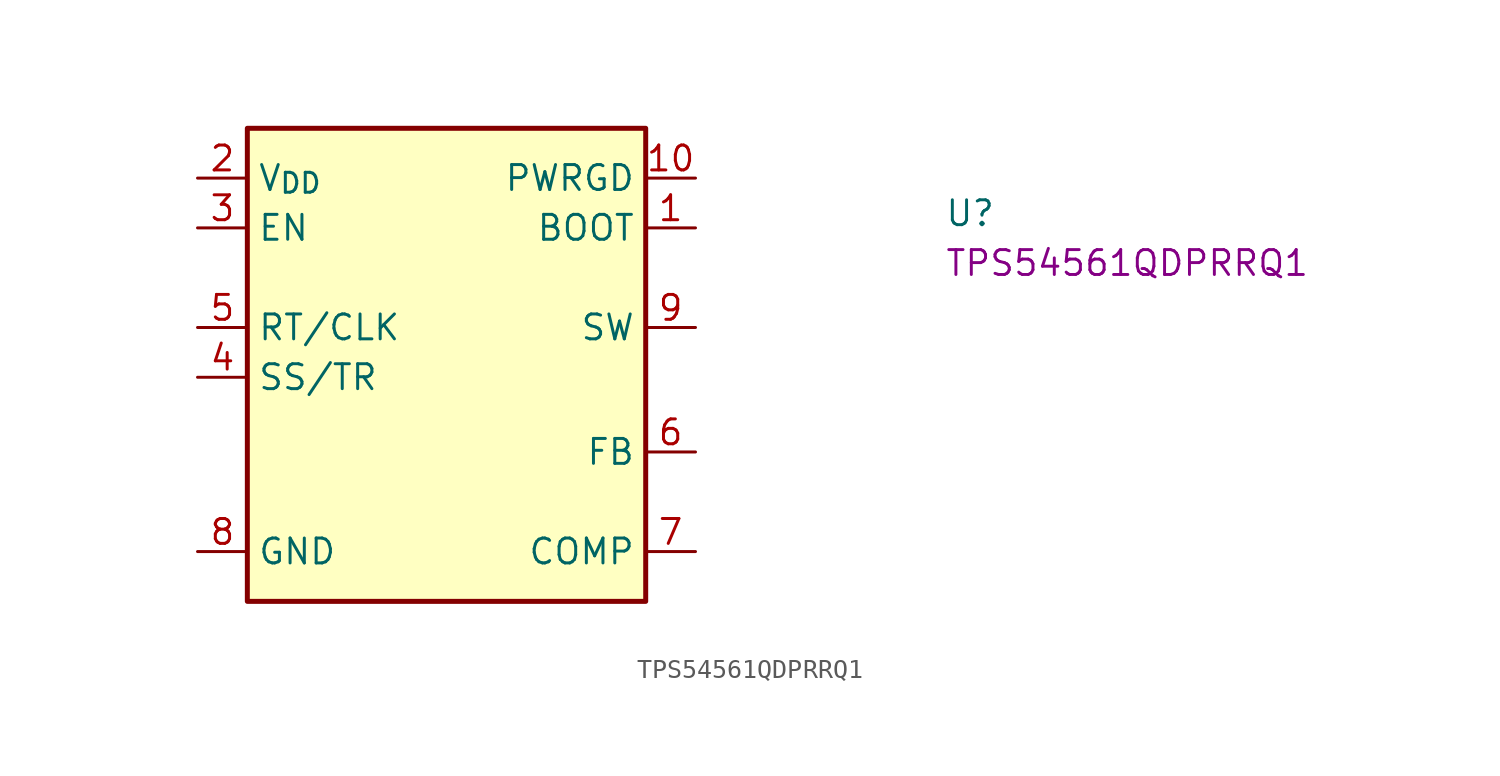
<source format=kicad_sym>
(kicad_symbol_lib
  (version 20220914)
  (generator kicad_symbol_editor)
  (symbol "TPS54561QDPRRQ1"
    (property "Reference" "U"
      (at 38.1 -2.54 0)
      (effects (font (size 1.27 1.27) (thickness 0.15)) (justify left bottom)))
    (property "MPN" "TPS54561QDPRRQ1"
      (at 38.1 -5.08 0)
      (effects (font (size 1.27 1.27) (thickness 0.15)) (justify left bottom)))
    (symbol "TPS54561QDPRRQ1_1_1"
      (rectangle (start 2.54 2.54) (end 22.86 -21.59) (stroke (width 0.254) (type default)) (fill (type background)))
      (pin output line (at 25.4 -2.54 180) (length 2.54) (name "BOOT" (effects (font (size 1.27 1.27)))) (number "1" (effects (font (size 1.27 1.27)))))
      (pin output line (at 25.4 0 180) (length 2.54) (name "PWRGD" (effects (font (size 1.27 1.27)))) (number "10" (effects (font (size 1.27 1.27)))))
      (pin passive line (at 0 -19.05 0) (length 2.54) hide (name "GND" (effects (font (size 1.27 1.27)))) (number "11" (effects (font (size 1.27 1.27)))))
      (pin power_in line (at 0 0 0) (length 2.54) (name "V_{DD}" (effects (font (size 1.27 1.27)))) (number "2" (effects (font (size 1.27 1.27)))))
      (pin input line (at 0 -2.54 0) (length 2.54) (name "EN" (effects (font (size 1.27 1.27)))) (number "3" (effects (font (size 1.27 1.27)))))
      (pin input line (at 0 -10.16 0) (length 2.54) (name "SS/TR" (effects (font (size 1.27 1.27)))) (number "4" (effects (font (size 1.27 1.27)))))
      (pin input line (at 0 -7.62 0) (length 2.54) (name "RT/CLK" (effects (font (size 1.27 1.27)))) (number "5" (effects (font (size 1.27 1.27)))))
      (pin input line (at 25.4 -13.97 180) (length 2.54) (name "FB" (effects (font (size 1.27 1.27)))) (number "6" (effects (font (size 1.27 1.27)))))
      (pin output line (at 25.4 -19.05 180) (length 2.54) (name "COMP" (effects (font (size 1.27 1.27)))) (number "7" (effects (font (size 1.27 1.27)))))
      (pin power_in line (at 0 -19.05 0) (length 2.54) (name "GND" (effects (font (size 1.27 1.27)))) (number "8" (effects (font (size 1.27 1.27)))))
      (pin power_out line (at 25.4 -7.62 180) (length 2.54) (name "SW" (effects (font (size 1.27 1.27)))) (number "9" (effects (font (size 1.27 1.27))))))))
</source>
